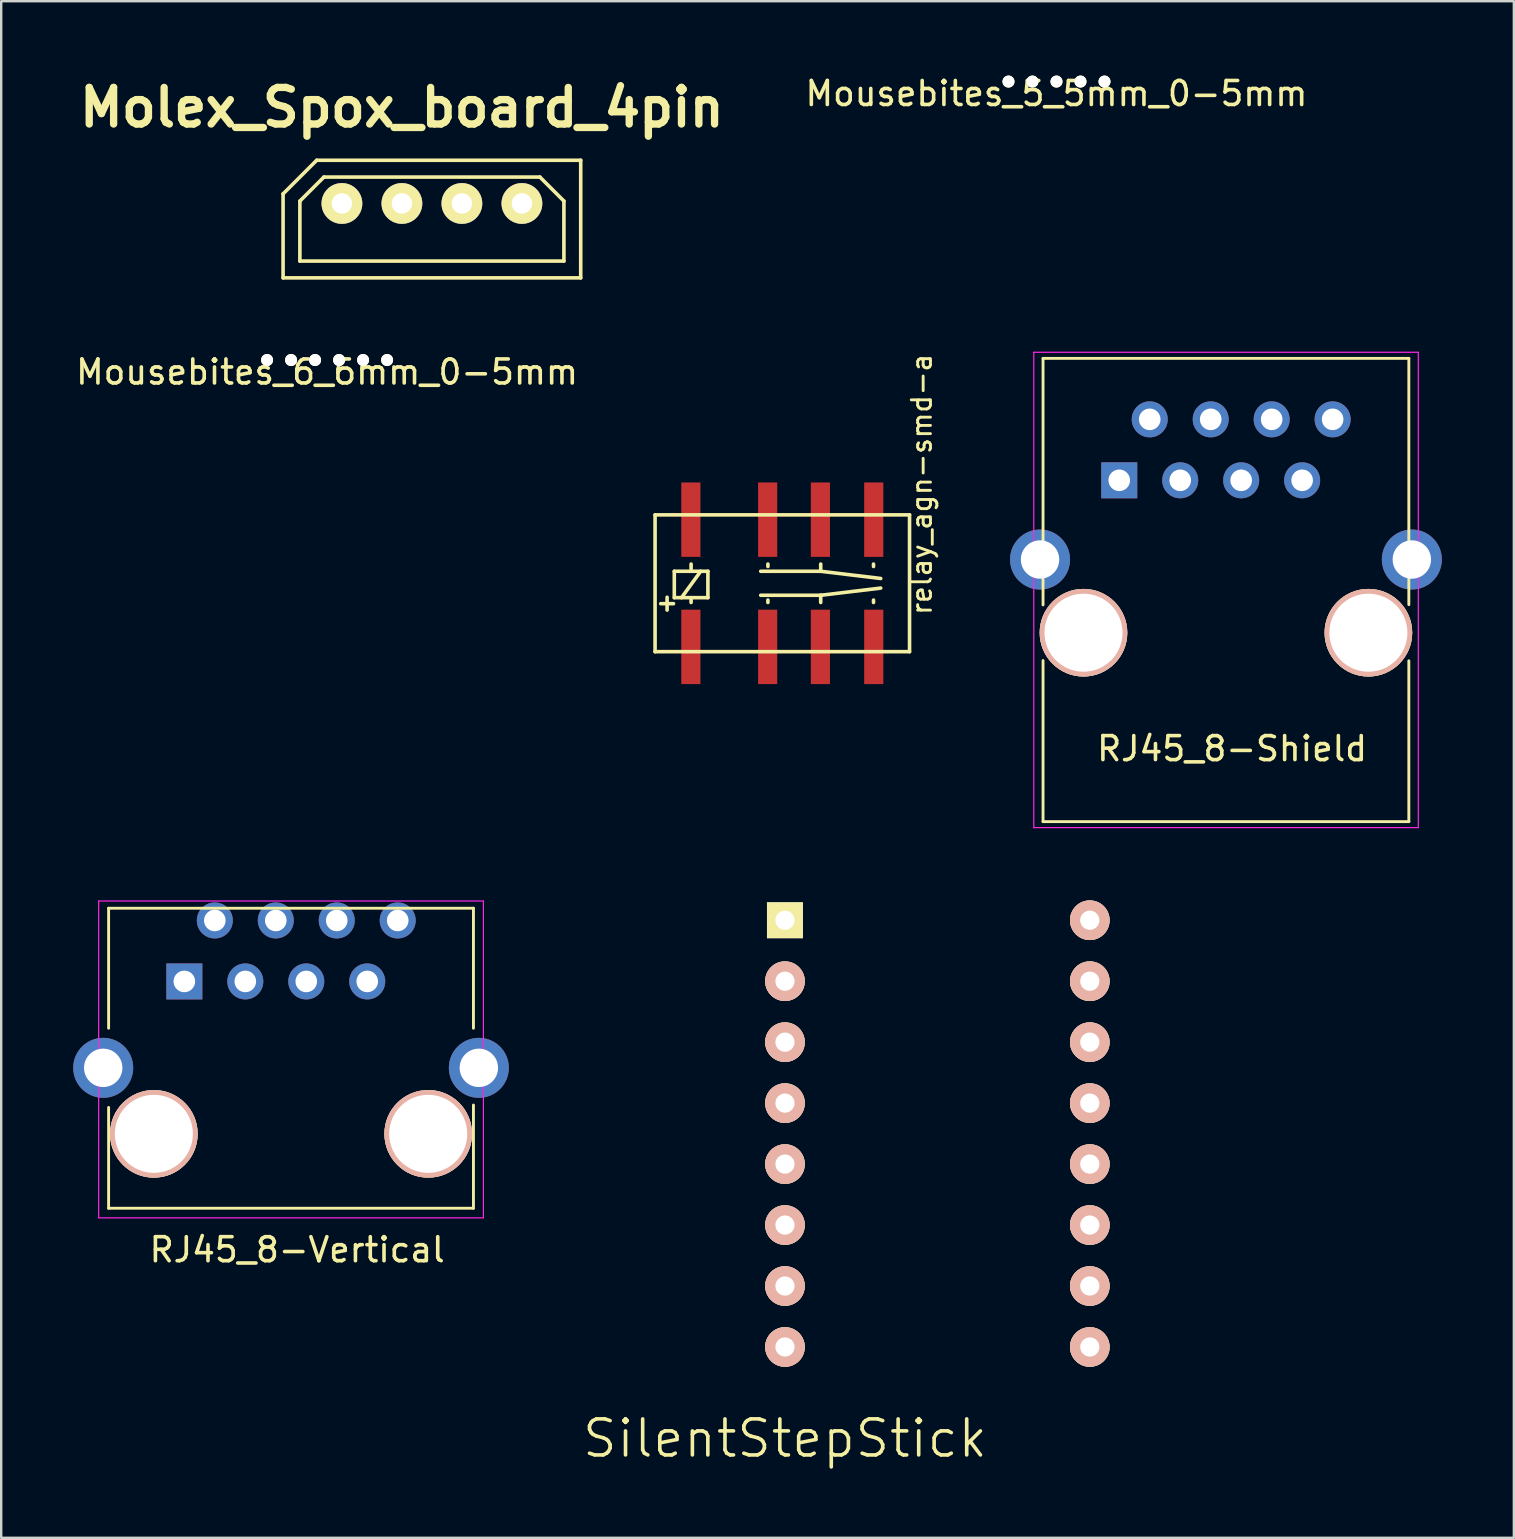
<source format=kicad_pcb>
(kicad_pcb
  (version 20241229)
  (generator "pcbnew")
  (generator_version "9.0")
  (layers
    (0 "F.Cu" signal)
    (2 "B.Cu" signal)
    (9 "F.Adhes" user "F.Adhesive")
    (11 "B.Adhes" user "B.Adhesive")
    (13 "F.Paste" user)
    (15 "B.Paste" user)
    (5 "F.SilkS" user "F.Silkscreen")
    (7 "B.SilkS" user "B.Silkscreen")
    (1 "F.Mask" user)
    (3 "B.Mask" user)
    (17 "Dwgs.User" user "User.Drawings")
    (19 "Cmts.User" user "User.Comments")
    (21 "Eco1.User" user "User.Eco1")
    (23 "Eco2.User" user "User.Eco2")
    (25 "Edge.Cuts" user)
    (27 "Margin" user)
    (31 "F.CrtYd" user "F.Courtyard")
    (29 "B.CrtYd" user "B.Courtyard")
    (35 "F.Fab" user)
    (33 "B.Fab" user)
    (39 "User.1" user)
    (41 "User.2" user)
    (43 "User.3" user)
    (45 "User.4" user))
  (footprint "RJ45_8-Vertical"
    (layer "F.Cu")
    (at 9.075 44.189)
    (property "Reference" "RJ45_8-Vertical" (at 0.255 4.83 0) (layer "F.SilkS") (effects (font (size 1 1) (thickness 0.15))))
    (attr through_hole)
    (fp_line (start -7.6 -9.4) (end -7.6 -4.4) (stroke (width 0.12) (type solid)) (layer "F.SilkS"))
    (fp_line (start -7.6 -1.1) (end -7.6 3.1) (stroke (width 0.12) (type solid)) (layer "F.SilkS"))
    (fp_line (start -7.6 3.1) (end 7.6 3.1) (stroke (width 0.12) (type solid)) (layer "F.SilkS"))
    (fp_line (start 7.6 -9.4) (end -7.6 -9.4) (stroke (width 0.12) (type solid)) (layer "F.SilkS"))
    (fp_line (start 7.6 -9.4) (end 7.6 -4.4) (stroke (width 0.12) (type solid)) (layer "F.SilkS"))
    (fp_line (start 7.6 -1.2) (end 7.6 3.1) (stroke (width 0.12) (type solid)) (layer "F.SilkS"))
    (fp_line (start -8.015 -9.7) (end -8.015 3.5) (stroke (width 0.05) (type solid)) (layer "F.CrtYd"))
    (fp_line (start -8.015 -9.7) (end 8.015 -9.7) (stroke (width 0.05) (type solid)) (layer "F.CrtYd"))
    (fp_line (start -8.015 3.5) (end 8.015 3.5) (stroke (width 0.05) (type solid)) (layer "F.CrtYd"))
    (fp_line (start 8.015 3.5) (end 8.015 -9.7) (stroke (width 0.05) (type solid)) (layer "F.CrtYd"))
    (pad "" np_thru_hole circle (at -5.715 0) (size 3.65 3.65) (drill 3.25) (layers "*.Cu" "*.SilkS" "*.Mask"))
    (pad "" np_thru_hole circle (at 5.715 0) (size 3.65 3.65) (drill 3.25) (layers "*.Cu" "*.SilkS" "*.Mask"))
    (pad "1" thru_hole rect (at -4.445 -6.35) (size 1.5 1.5) (drill 0.9) (layers "*.Cu" "*.Mask"))
    (pad "2" thru_hole circle (at -3.175 -8.89) (size 1.5 1.5) (drill 0.9) (layers "*.Cu" "*.Mask"))
    (pad "3" thru_hole circle (at -1.905 -6.35) (size 1.5 1.5) (drill 0.9) (layers "*.Cu" "*.Mask"))
    (pad "4" thru_hole circle (at -0.635 -8.89) (size 1.5 1.5) (drill 0.9) (layers "*.Cu" "*.Mask"))
    (pad "5" thru_hole circle (at 0.635 -6.35) (size 1.5 1.5) (drill 0.9) (layers "*.Cu" "*.Mask"))
    (pad "6" thru_hole circle (at 1.905 -8.89) (size 1.5 1.5) (drill 0.9) (layers "*.Cu" "*.Mask"))
    (pad "7" thru_hole circle (at 3.175 -6.35) (size 1.5 1.5) (drill 0.9) (layers "*.Cu" "*.Mask"))
    (pad "8" thru_hole circle (at 4.445 -8.89) (size 1.5 1.5) (drill 0.9) (layers "*.Cu" "*.Mask"))
    (pad "9" thru_hole circle (at -7.825 -2.75) (size 2.5 2.5) (drill 1.6) (layers "*.Cu" "*.Mask"))
    (pad "9" thru_hole circle (at 7.825 -2.75) (size 2.5 2.5) (drill 1.6) (layers "*.Cu" "*.Mask")))
  (footprint "Molex_Spox_board_4pin"
    (layer "F.Cu")
    (at 13.694 5.427)
    (property "Reference" "Molex_Spox_board_4pin" (at 0 -4 0) (layer "F.SilkS") (effects (font (size 1.524 1.524) (thickness 0.305))))
    (attr through_hole)
    (fp_line (start -4.95 -0.4) (end -3.55 -1.8) (stroke (width 0.15) (type solid)) (layer "F.SilkS"))
    (fp_line (start -4.95 3.1) (end -4.95 -0.4) (stroke (width 0.15) (type solid)) (layer "F.SilkS"))
    (fp_line (start -4.25 -0.1) (end -3.25 -1.1) (stroke (width 0.15) (type solid)) (layer "F.SilkS"))
    (fp_line (start -4.25 2.4) (end -4.25 -0.1) (stroke (width 0.15) (type solid)) (layer "F.SilkS"))
    (fp_line (start -4.25 2.4) (end 6.75 2.4) (stroke (width 0.15) (type solid)) (layer "F.SilkS"))
    (fp_line (start 5.75 -1.1) (end -3.25 -1.1) (stroke (width 0.15) (type solid)) (layer "F.SilkS"))
    (fp_line (start 5.75 -1.1) (end 6.75 -0.1) (stroke (width 0.15) (type solid)) (layer "F.SilkS"))
    (fp_line (start 6.75 -0.1) (end 6.75 2.4) (stroke (width 0.15) (type solid)) (layer "F.SilkS"))
    (fp_line (start 7.45 -1.8) (end -3.55 -1.8) (stroke (width 0.15) (type solid)) (layer "F.SilkS"))
    (fp_line (start 7.45 -1.8) (end 7.45 3.1) (stroke (width 0.15) (type solid)) (layer "F.SilkS"))
    (fp_line (start 7.45 3.1) (end -4.95 3.1) (stroke (width 0.15) (type solid)) (layer "F.SilkS"))
    (pad "1" thru_hole circle (at -2.499 0) (size 1.699 1.699) (drill 0.851) (layers "*.Cu" "*.Mask" "F.SilkS"))
    (pad "2" thru_hole circle (at 0 0) (size 1.699 1.699) (drill 0.851) (layers "*.Cu" "*.Mask" "F.SilkS"))
    (pad "3" thru_hole circle (at 2.499 0) (size 1.699 1.699) (drill 0.851) (layers "*.Cu" "*.Mask" "F.SilkS"))
    (pad "4" thru_hole circle (at 5 0) (size 1.699 1.699) (drill 0.851) (layers "*.Cu" "*.Mask" "F.SilkS")))
  (footprint "RJ45_8-Shield"
    (layer "F.Cu")
    (at 48.026 16.961)
    (property "Reference" "RJ45_8-Shield" (at 0.255 11.18 0) (layer "F.SilkS") (effects (font (size 1 1) (thickness 0.15))))
    (attr through_hole)
    (fp_line (start -7.62 -5.08) (end -7.62 5.19) (stroke (width 0.12) (type solid)) (layer "F.SilkS"))
    (fp_line (start -7.62 7.51) (end -7.62 14.22) (stroke (width 0.12) (type solid)) (layer "F.SilkS"))
    (fp_line (start -7.62 14.22) (end 7.62 14.22) (stroke (width 0.12) (type solid)) (layer "F.SilkS"))
    (fp_line (start 7.62 -5.08) (end -7.62 -5.08) (stroke (width 0.12) (type solid)) (layer "F.SilkS"))
    (fp_line (start 7.62 -5.08) (end 7.62 5.18) (stroke (width 0.12) (type solid)) (layer "F.SilkS"))
    (fp_line (start 7.62 7.52) (end 7.62 14.22) (stroke (width 0.12) (type solid)) (layer "F.SilkS"))
    (fp_line (start -8.005 -5.334) (end -8.005 14.478) (stroke (width 0.05) (type solid)) (layer "F.CrtYd"))
    (fp_line (start -8.005 -5.334) (end 8.015 -5.334) (stroke (width 0.05) (type solid)) (layer "F.CrtYd"))
    (fp_line (start 8.015 14.47) (end -8.005 14.47) (stroke (width 0.05) (type solid)) (layer "F.CrtYd"))
    (fp_line (start 8.015 14.47) (end 8.015 -5.334) (stroke (width 0.05) (type solid)) (layer "F.CrtYd"))
    (pad "" np_thru_hole circle (at -5.935 6.35) (size 3.65 3.65) (drill 3.25) (layers "*.Cu" "*.SilkS" "*.Mask"))
    (pad "" np_thru_hole circle (at 5.935 6.35) (size 3.65 3.65) (drill 3.25) (layers "*.Cu" "*.SilkS" "*.Mask"))
    (pad "1" thru_hole rect (at -4.445 0) (size 1.5 1.5) (drill 0.9) (layers "*.Cu" "*.Mask"))
    (pad "2" thru_hole circle (at -3.175 -2.54) (size 1.5 1.5) (drill 0.9) (layers "*.Cu" "*.Mask"))
    (pad "3" thru_hole circle (at -1.905 0) (size 1.5 1.5) (drill 0.9) (layers "*.Cu" "*.Mask"))
    (pad "4" thru_hole circle (at -0.635 -2.54) (size 1.5 1.5) (drill 0.9) (layers "*.Cu" "*.Mask"))
    (pad "5" thru_hole circle (at 0.635 0) (size 1.5 1.5) (drill 0.9) (layers "*.Cu" "*.Mask"))
    (pad "6" thru_hole circle (at 1.905 -2.54) (size 1.5 1.5) (drill 0.9) (layers "*.Cu" "*.Mask"))
    (pad "7" thru_hole circle (at 3.175 0) (size 1.5 1.5) (drill 0.9) (layers "*.Cu" "*.Mask"))
    (pad "8" thru_hole circle (at 4.445 -2.54) (size 1.5 1.5) (drill 0.9) (layers "*.Cu" "*.Mask"))
    (pad "9" thru_hole circle (at -7.745 3.3) (size 2.5 2.5) (drill 1.6) (layers "*.Cu" "*.Mask"))
    (pad "9" thru_hole circle (at 7.745 3.3) (size 2.5 2.5) (drill 1.6) (layers "*.Cu" "*.Mask")))
  (footprint "SilentStepStick"
    (layer "F.Cu")
    (at 36.004 40.369)
    (property "Reference" "SilentStepStick" (at -6.35 16.51 180) (layer "F.SilkS") (effects (font (size 1.5 1.5) (thickness 0.15))))
    (attr through_hole)
    (pad "1" thru_hole rect (at -6.35 -5.08) (size 1.5 1.5) (drill 0.8) (layers "*.Cu" "*.Mask" "F.SilkS"))
    (pad "2" thru_hole circle (at -6.35 -2.54) (size 1.651 1.651) (drill 0.8) (layers "*.Cu" "*.SilkS" "*.Mask"))
    (pad "3" thru_hole circle (at -6.35 0) (size 1.651 1.651) (drill 0.8) (layers "*.Cu" "*.SilkS" "*.Mask"))
    (pad "4" thru_hole circle (at -6.35 2.54) (size 1.651 1.651) (drill 0.8) (layers "*.Cu" "*.SilkS" "*.Mask"))
    (pad "5" thru_hole circle (at -6.35 5.08) (size 1.651 1.651) (drill 0.8) (layers "*.Cu" "*.SilkS" "*.Mask"))
    (pad "6" thru_hole circle (at -6.35 7.62) (size 1.651 1.651) (drill 0.8) (layers "*.Cu" "*.SilkS" "*.Mask"))
    (pad "7" thru_hole circle (at -6.35 10.16) (size 1.651 1.651) (drill 0.8) (layers "*.Cu" "*.SilkS" "*.Mask"))
    (pad "8" thru_hole circle (at -6.35 12.7 180) (size 1.651 1.651) (drill 0.8) (layers "*.Cu" "*.SilkS" "*.Mask"))
    (pad "9" thru_hole circle (at 6.35 12.7 180) (size 1.651 1.651) (drill 0.8) (layers "*.Cu" "*.SilkS" "*.Mask"))
    (pad "10" thru_hole circle (at 6.35 10.16 180) (size 1.651 1.651) (drill 0.8) (layers "*.Cu" "*.SilkS" "*.Mask"))
    (pad "11" thru_hole circle (at 6.35 7.62 180) (size 1.651 1.651) (drill 0.8) (layers "*.Cu" "*.SilkS" "*.Mask"))
    (pad "12" thru_hole circle (at 6.35 5.08 180) (size 1.651 1.651) (drill 0.8) (layers "*.Cu" "*.SilkS" "*.Mask"))
    (pad "13" thru_hole circle (at 6.35 2.54 180) (size 1.651 1.651) (drill 0.8) (layers "*.Cu" "*.SilkS" "*.Mask"))
    (pad "14" thru_hole circle (at 6.35 0 180) (size 1.651 1.651) (drill 0.8) (layers "*.Cu" "*.SilkS" "*.Mask"))
    (pad "15" thru_hole circle (at 6.35 -2.54) (size 1.651 1.651) (drill 0.8) (layers "*.Cu" "*.SilkS" "*.Mask"))
    (pad "16" thru_hole circle (at 6.35 -5.08) (size 1.651 1.651) (drill 0.8) (layers "*.Cu" "*.SilkS" "*.Mask")))
  (footprint "Mousebites_6_6mm_0-5mm"
    (layer "F.Cu")
    (at 10.577 11.95)
    (property "Reference" "Mousebites_6_6mm_0-5mm" (at 0 0.5 0) (layer "F.SilkS") (effects (font (size 1 1) (thickness 0.15))))
    (attr through_hole)
    (pad "" np_thru_hole circle (at -2.5 0) (size 0.5 0.5) (drill 0.5) (layers "*.Cu" "*.Mask" "F.SilkS"))
    (pad "" np_thru_hole circle (at -1.5 0) (size 0.5 0.5) (drill 0.5) (layers "*.Cu" "*.Mask" "F.SilkS"))
    (pad "" np_thru_hole circle (at -0.5 0) (size 0.5 0.5) (drill 0.5) (layers "*.Cu" "*.Mask" "F.SilkS"))
    (pad "" np_thru_hole circle (at 0.5 0) (size 0.5 0.5) (drill 0.5) (layers "*.Cu" "*.Mask" "F.SilkS"))
    (pad "" np_thru_hole circle (at 1.5 0) (size 0.5 0.5) (drill 0.5) (layers "*.Cu" "*.Mask" "F.SilkS"))
    (pad "" np_thru_hole circle (at 2.5 0) (size 0.5 0.5) (drill 0.5) (layers "*.Cu" "*.Mask" "F.SilkS")))
  (footprint "relay_agn-smd-a"
    (layer "F.Cu")
    (at 29.543 21.251)
    (property "Reference" "relay_agn-smd-a" (at 5.809 -4.12 90) (layer "F.SilkS") (effects (font (size 0.8 0.8) (thickness 0.12))))
    (attr through_hole)
    (fp_line (start -5.301 -2.85) (end 5.301 -2.85) (stroke (width 0.15) (type solid)) (layer "F.SilkS"))
    (fp_line (start -5.301 2.85) (end -5.301 -2.85) (stroke (width 0.15) (type solid)) (layer "F.SilkS"))
    (fp_line (start -4.5 -0.5) (end -3.1 -0.5) (stroke (width 0.15) (type solid)) (layer "F.SilkS"))
    (fp_line (start -4.5 0.6) (end -4.5 -0.5) (stroke (width 0.15) (type solid)) (layer "F.SilkS"))
    (fp_line (start -4.2 0.6) (end -3.4 -0.5) (stroke (width 0.15) (type solid)) (layer "F.SilkS"))
    (fp_line (start -3.8 -0.8) (end -3.8 -0.6) (stroke (width 0.15) (type solid)) (layer "F.SilkS"))
    (fp_line (start -3.8 0.8) (end -3.8 0.6) (stroke (width 0.15) (type solid)) (layer "F.SilkS"))
    (fp_line (start -3.1 -0.5) (end -3.1 0.6) (stroke (width 0.15) (type solid)) (layer "F.SilkS"))
    (fp_line (start -3.1 0.6) (end -4.5 0.6) (stroke (width 0.15) (type solid)) (layer "F.SilkS"))
    (fp_line (start -0.9 0.5) (end 1.6 0.5) (stroke (width 0.15) (type solid)) (layer "F.SilkS"))
    (fp_line (start -0.6 -0.8) (end -0.6 -0.7) (stroke (width 0.15) (type solid)) (layer "F.SilkS"))
    (fp_line (start -0.6 0.8) (end -0.6 0.7) (stroke (width 0.15) (type solid)) (layer "F.SilkS"))
    (fp_line (start 1.6 -0.8) (end 1.6 -0.5) (stroke (width 0.15) (type solid)) (layer "F.SilkS"))
    (fp_line (start 1.6 -0.5) (end -0.9 -0.5) (stroke (width 0.15) (type solid)) (layer "F.SilkS"))
    (fp_line (start 1.6 -0.5) (end 4.1 -0.2) (stroke (width 0.15) (type solid)) (layer "F.SilkS"))
    (fp_line (start 1.6 0.5) (end 1.6 0.8) (stroke (width 0.15) (type solid)) (layer "F.SilkS"))
    (fp_line (start 1.6 0.5) (end 4.1 0.2) (stroke (width 0.15) (type solid)) (layer "F.SilkS"))
    (fp_line (start 3.8 -0.8) (end 3.8 -0.7) (stroke (width 0.15) (type solid)) (layer "F.SilkS"))
    (fp_line (start 3.8 0.7) (end 3.8 0.8) (stroke (width 0.15) (type solid)) (layer "F.SilkS"))
    (fp_line (start 5.301 -2.85) (end 5.301 2.85) (stroke (width 0.15) (type solid)) (layer "F.SilkS"))
    (fp_line (start 5.301 2.85) (end -5.301 2.85) (stroke (width 0.15) (type solid)) (layer "F.SilkS"))
    (fp_text user "+" (at -4.8 0.8 0) (layer "F.SilkS") (effects (font (size 0.7 0.7) (thickness 0.15))))
    (pad "1" smd rect (at -3.81 2.65) (size 0.798 3.1) (layers "F.Cu" "F.Mask" "F.Paste"))
    (pad "2" smd rect (at -0.61 2.65) (size 0.798 3.1) (layers "F.Cu" "F.Mask" "F.Paste"))
    (pad "3" smd rect (at 1.587 2.65) (size 0.798 3.1) (layers "F.Cu" "F.Mask" "F.Paste"))
    (pad "4" smd rect (at 3.81 2.65) (size 0.798 3.1) (layers "F.Cu" "F.Mask" "F.Paste"))
    (pad "5" smd rect (at 3.81 -2.65) (size 0.798 3.1) (layers "F.Cu" "F.Mask" "F.Paste"))
    (pad "6" smd rect (at 1.587 -2.65) (size 0.798 3.1) (layers "F.Cu" "F.Mask" "F.Paste"))
    (pad "7" smd rect (at -0.61 -2.65) (size 0.798 3.1) (layers "F.Cu" "F.Mask" "F.Paste"))
    (pad "8" smd rect (at -3.81 -2.65) (size 0.798 3.1) (layers "F.Cu" "F.Mask" "F.Paste")))
  (footprint "Mousebites_5_5mm_0-5mm"
    (layer "F.Cu")
    (at 40.966 0.348)
    (property "Reference" "Mousebites_5_5mm_0-5mm" (at 0 0.5 0) (layer "F.SilkS") (effects (font (size 1 1) (thickness 0.15))))
    (attr through_hole)
    (pad "" np_thru_hole circle (at -2 0) (size 0.5 0.5) (drill 0.5) (layers "*.Cu" "*.Mask" "F.SilkS"))
    (pad "" np_thru_hole circle (at -1 0) (size 0.5 0.5) (drill 0.5) (layers "*.Cu" "*.Mask" "F.SilkS"))
    (pad "" np_thru_hole circle (at 0 0) (size 0.5 0.5) (drill 0.5) (layers "*.Cu" "*.Mask" "F.SilkS"))
    (pad "" np_thru_hole circle (at 1 0) (size 0.5 0.5) (drill 0.5) (layers "*.Cu" "*.Mask" "F.SilkS"))
    (pad "" np_thru_hole circle (at 2 0) (size 0.5 0.5) (drill 0.5) (layers "*.Cu" "*.Mask" "F.SilkS")))
  (gr_rect
    (start -3 -3)
    (end 60.021 61.02)
    (stroke (width 0.1) (type default))
    (fill no)
    (layer "Edge.Cuts")))
</source>
